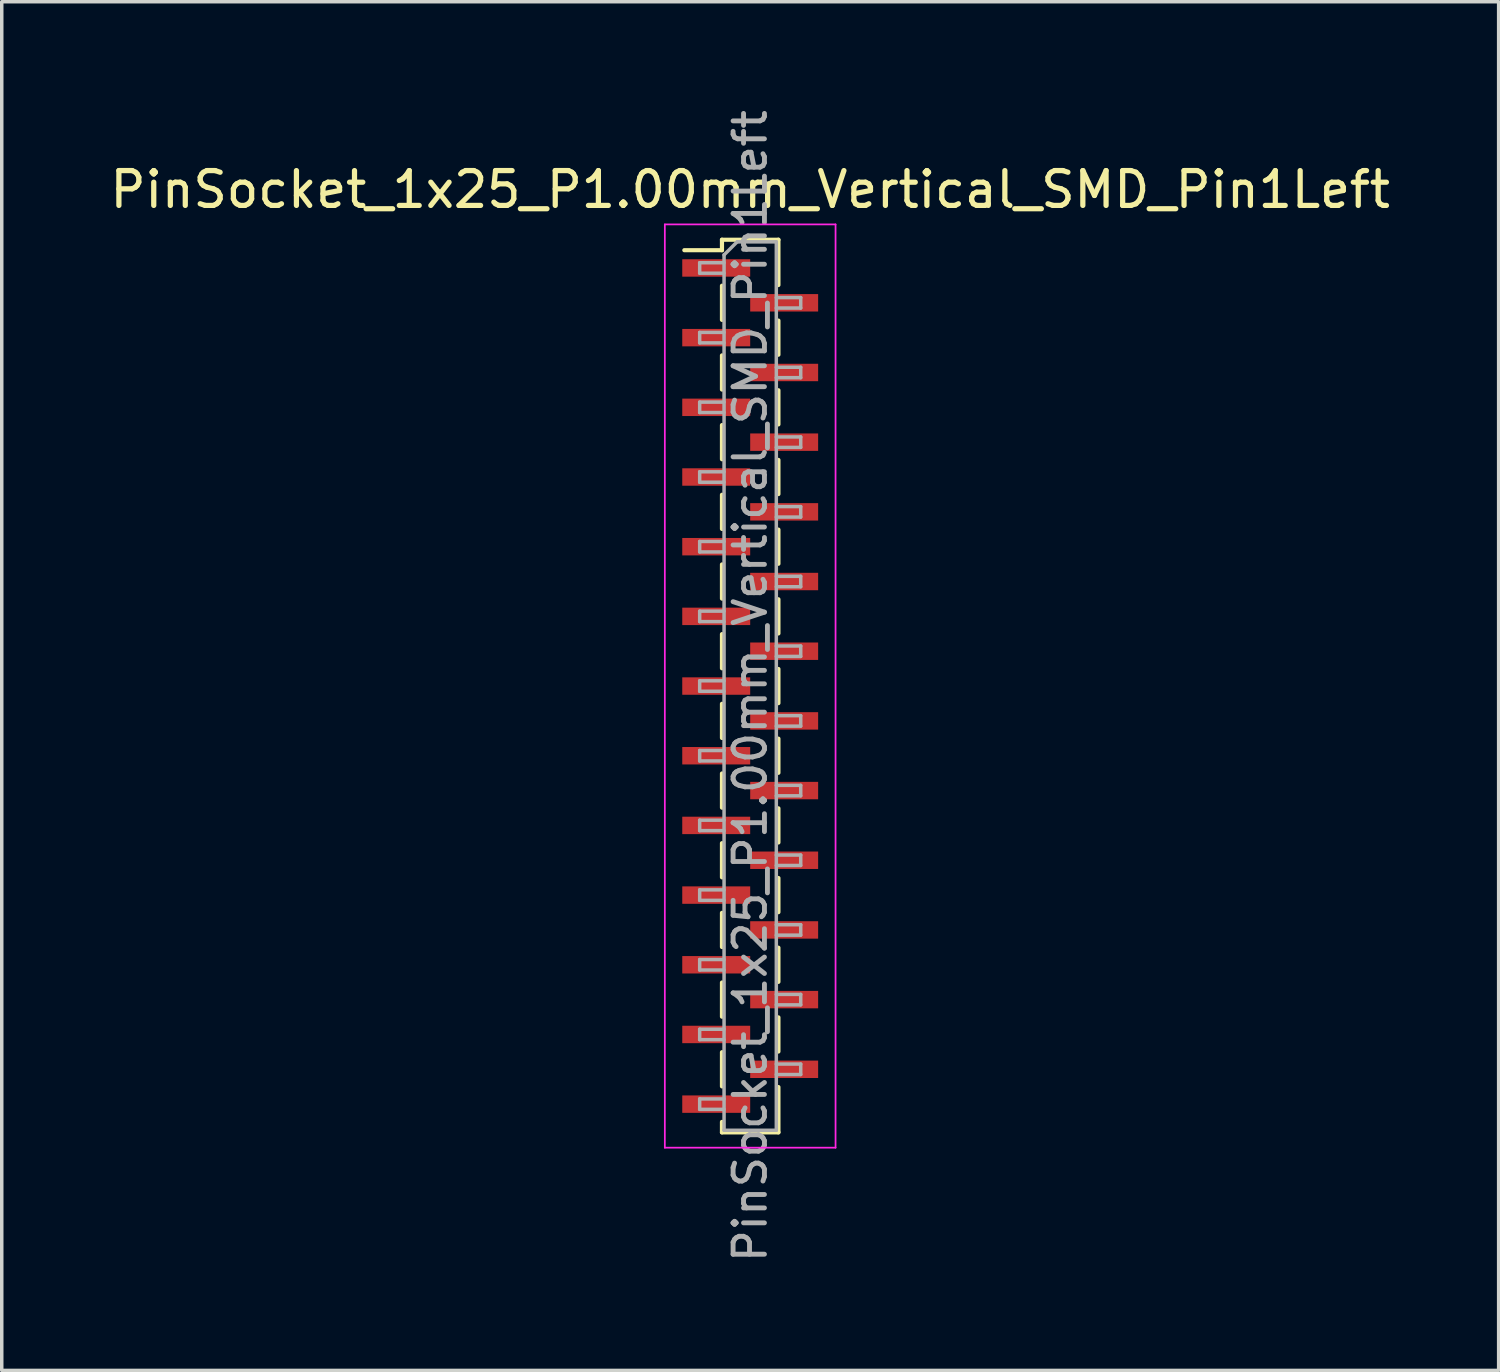
<source format=kicad_pcb>
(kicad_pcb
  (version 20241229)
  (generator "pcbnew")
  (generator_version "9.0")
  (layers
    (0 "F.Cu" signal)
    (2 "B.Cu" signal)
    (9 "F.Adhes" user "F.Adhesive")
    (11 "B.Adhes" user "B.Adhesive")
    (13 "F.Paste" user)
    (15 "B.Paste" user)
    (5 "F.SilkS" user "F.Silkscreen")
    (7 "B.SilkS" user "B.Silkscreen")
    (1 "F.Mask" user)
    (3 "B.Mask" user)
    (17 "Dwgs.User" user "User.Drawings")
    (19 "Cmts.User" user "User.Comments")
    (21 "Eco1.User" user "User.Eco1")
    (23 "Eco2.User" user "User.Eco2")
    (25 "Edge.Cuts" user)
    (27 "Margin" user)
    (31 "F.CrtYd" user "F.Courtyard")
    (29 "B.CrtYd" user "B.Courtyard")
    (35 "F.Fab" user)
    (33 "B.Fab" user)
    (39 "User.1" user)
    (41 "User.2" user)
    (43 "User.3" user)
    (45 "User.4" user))
  (footprint "PinSocket_1x25_P1.00mm_Vertical_SMD_Pin1Left"
    (layer "F.Cu")
    (at 18.482 16.641)
    (property "Reference" "PinSocket_1x25_P1.00mm_Vertical_SMD_Pin1Left" (at 0 -14.25 0) (layer "F.SilkS") (effects (font (size 1 1) (thickness 0.15))))
    (attr smd)
    (fp_line (start -1.89 -12.51) (end -0.81 -12.51) (stroke (width 0.12) (type solid)) (layer "F.SilkS"))
    (fp_line (start -0.81 -12.81) (end -0.81 -12.51) (stroke (width 0.12) (type solid)) (layer "F.SilkS"))
    (fp_line (start -0.81 -12.81) (end 0.81 -12.81) (stroke (width 0.12) (type solid)) (layer "F.SilkS"))
    (fp_line (start -0.81 -11.49) (end -0.81 -10.51) (stroke (width 0.12) (type solid)) (layer "F.SilkS"))
    (fp_line (start -0.81 -9.49) (end -0.81 -8.51) (stroke (width 0.12) (type solid)) (layer "F.SilkS"))
    (fp_line (start -0.81 -7.49) (end -0.81 -6.51) (stroke (width 0.12) (type solid)) (layer "F.SilkS"))
    (fp_line (start -0.81 -5.49) (end -0.81 -4.51) (stroke (width 0.12) (type solid)) (layer "F.SilkS"))
    (fp_line (start -0.81 -3.49) (end -0.81 -2.51) (stroke (width 0.12) (type solid)) (layer "F.SilkS"))
    (fp_line (start -0.81 -1.49) (end -0.81 -0.51) (stroke (width 0.12) (type solid)) (layer "F.SilkS"))
    (fp_line (start -0.81 0.51) (end -0.81 1.49) (stroke (width 0.12) (type solid)) (layer "F.SilkS"))
    (fp_line (start -0.81 2.51) (end -0.81 3.49) (stroke (width 0.12) (type solid)) (layer "F.SilkS"))
    (fp_line (start -0.81 4.51) (end -0.81 5.49) (stroke (width 0.12) (type solid)) (layer "F.SilkS"))
    (fp_line (start -0.81 6.51) (end -0.81 7.49) (stroke (width 0.12) (type solid)) (layer "F.SilkS"))
    (fp_line (start -0.81 8.51) (end -0.81 9.49) (stroke (width 0.12) (type solid)) (layer "F.SilkS"))
    (fp_line (start -0.81 10.51) (end -0.81 11.49) (stroke (width 0.12) (type solid)) (layer "F.SilkS"))
    (fp_line (start -0.81 12.51) (end -0.81 12.81) (stroke (width 0.12) (type solid)) (layer "F.SilkS"))
    (fp_line (start -0.81 12.81) (end 0.81 12.81) (stroke (width 0.12) (type solid)) (layer "F.SilkS"))
    (fp_line (start 0.81 -12.81) (end 0.81 -11.51) (stroke (width 0.12) (type solid)) (layer "F.SilkS"))
    (fp_line (start 0.81 -10.49) (end 0.81 -9.51) (stroke (width 0.12) (type solid)) (layer "F.SilkS"))
    (fp_line (start 0.81 -8.49) (end 0.81 -7.51) (stroke (width 0.12) (type solid)) (layer "F.SilkS"))
    (fp_line (start 0.81 -6.49) (end 0.81 -5.51) (stroke (width 0.12) (type solid)) (layer "F.SilkS"))
    (fp_line (start 0.81 -4.49) (end 0.81 -3.51) (stroke (width 0.12) (type solid)) (layer "F.SilkS"))
    (fp_line (start 0.81 -2.49) (end 0.81 -1.51) (stroke (width 0.12) (type solid)) (layer "F.SilkS"))
    (fp_line (start 0.81 -0.49) (end 0.81 0.49) (stroke (width 0.12) (type solid)) (layer "F.SilkS"))
    (fp_line (start 0.81 1.51) (end 0.81 2.49) (stroke (width 0.12) (type solid)) (layer "F.SilkS"))
    (fp_line (start 0.81 3.51) (end 0.81 4.49) (stroke (width 0.12) (type solid)) (layer "F.SilkS"))
    (fp_line (start 0.81 5.51) (end 0.81 6.49) (stroke (width 0.12) (type solid)) (layer "F.SilkS"))
    (fp_line (start 0.81 7.51) (end 0.81 8.49) (stroke (width 0.12) (type solid)) (layer "F.SilkS"))
    (fp_line (start 0.81 9.51) (end 0.81 10.49) (stroke (width 0.12) (type solid)) (layer "F.SilkS"))
    (fp_line (start 0.81 11.51) (end 0.81 12.81) (stroke (width 0.12) (type solid)) (layer "F.SilkS"))
    (fp_line (start -2.45 -13.25) (end 2.45 -13.25) (stroke (width 0.05) (type solid)) (layer "F.CrtYd"))
    (fp_line (start -2.45 13.25) (end -2.45 -13.25) (stroke (width 0.05) (type solid)) (layer "F.CrtYd"))
    (fp_line (start 2.45 -13.25) (end 2.45 13.25) (stroke (width 0.05) (type solid)) (layer "F.CrtYd"))
    (fp_line (start 2.45 13.25) (end -2.45 13.25) (stroke (width 0.05) (type solid)) (layer "F.CrtYd"))
    (fp_line (start -1.45 -12.15) (end -0.75 -12.15) (stroke (width 0.1) (type solid)) (layer "F.Fab"))
    (fp_line (start -1.45 -11.85) (end -1.45 -12.15) (stroke (width 0.1) (type solid)) (layer "F.Fab"))
    (fp_line (start -1.45 -10.15) (end -0.75 -10.15) (stroke (width 0.1) (type solid)) (layer "F.Fab"))
    (fp_line (start -1.45 -9.85) (end -1.45 -10.15) (stroke (width 0.1) (type solid)) (layer "F.Fab"))
    (fp_line (start -1.45 -8.15) (end -0.75 -8.15) (stroke (width 0.1) (type solid)) (layer "F.Fab"))
    (fp_line (start -1.45 -7.85) (end -1.45 -8.15) (stroke (width 0.1) (type solid)) (layer "F.Fab"))
    (fp_line (start -1.45 -6.15) (end -0.75 -6.15) (stroke (width 0.1) (type solid)) (layer "F.Fab"))
    (fp_line (start -1.45 -5.85) (end -1.45 -6.15) (stroke (width 0.1) (type solid)) (layer "F.Fab"))
    (fp_line (start -1.45 -4.15) (end -0.75 -4.15) (stroke (width 0.1) (type solid)) (layer "F.Fab"))
    (fp_line (start -1.45 -3.85) (end -1.45 -4.15) (stroke (width 0.1) (type solid)) (layer "F.Fab"))
    (fp_line (start -1.45 -2.15) (end -0.75 -2.15) (stroke (width 0.1) (type solid)) (layer "F.Fab"))
    (fp_line (start -1.45 -1.85) (end -1.45 -2.15) (stroke (width 0.1) (type solid)) (layer "F.Fab"))
    (fp_line (start -1.45 -0.15) (end -0.75 -0.15) (stroke (width 0.1) (type solid)) (layer "F.Fab"))
    (fp_line (start -1.45 0.15) (end -1.45 -0.15) (stroke (width 0.1) (type solid)) (layer "F.Fab"))
    (fp_line (start -1.45 1.85) (end -0.75 1.85) (stroke (width 0.1) (type solid)) (layer "F.Fab"))
    (fp_line (start -1.45 2.15) (end -1.45 1.85) (stroke (width 0.1) (type solid)) (layer "F.Fab"))
    (fp_line (start -1.45 3.85) (end -0.75 3.85) (stroke (width 0.1) (type solid)) (layer "F.Fab"))
    (fp_line (start -1.45 4.15) (end -1.45 3.85) (stroke (width 0.1) (type solid)) (layer "F.Fab"))
    (fp_line (start -1.45 5.85) (end -0.75 5.85) (stroke (width 0.1) (type solid)) (layer "F.Fab"))
    (fp_line (start -1.45 6.15) (end -1.45 5.85) (stroke (width 0.1) (type solid)) (layer "F.Fab"))
    (fp_line (start -1.45 7.85) (end -0.75 7.85) (stroke (width 0.1) (type solid)) (layer "F.Fab"))
    (fp_line (start -1.45 8.15) (end -1.45 7.85) (stroke (width 0.1) (type solid)) (layer "F.Fab"))
    (fp_line (start -1.45 9.85) (end -0.75 9.85) (stroke (width 0.1) (type solid)) (layer "F.Fab"))
    (fp_line (start -1.45 10.15) (end -1.45 9.85) (stroke (width 0.1) (type solid)) (layer "F.Fab"))
    (fp_line (start -1.45 11.85) (end -0.75 11.85) (stroke (width 0.1) (type solid)) (layer "F.Fab"))
    (fp_line (start -1.45 12.15) (end -1.45 11.85) (stroke (width 0.1) (type solid)) (layer "F.Fab"))
    (fp_line (start -0.75 -12.375) (end -0.375 -12.75) (stroke (width 0.1) (type solid)) (layer "F.Fab"))
    (fp_line (start -0.75 -11.85) (end -1.45 -11.85) (stroke (width 0.1) (type solid)) (layer "F.Fab"))
    (fp_line (start -0.75 -9.85) (end -1.45 -9.85) (stroke (width 0.1) (type solid)) (layer "F.Fab"))
    (fp_line (start -0.75 -7.85) (end -1.45 -7.85) (stroke (width 0.1) (type solid)) (layer "F.Fab"))
    (fp_line (start -0.75 -5.85) (end -1.45 -5.85) (stroke (width 0.1) (type solid)) (layer "F.Fab"))
    (fp_line (start -0.75 -3.85) (end -1.45 -3.85) (stroke (width 0.1) (type solid)) (layer "F.Fab"))
    (fp_line (start -0.75 -1.85) (end -1.45 -1.85) (stroke (width 0.1) (type solid)) (layer "F.Fab"))
    (fp_line (start -0.75 0.15) (end -1.45 0.15) (stroke (width 0.1) (type solid)) (layer "F.Fab"))
    (fp_line (start -0.75 2.15) (end -1.45 2.15) (stroke (width 0.1) (type solid)) (layer "F.Fab"))
    (fp_line (start -0.75 4.15) (end -1.45 4.15) (stroke (width 0.1) (type solid)) (layer "F.Fab"))
    (fp_line (start -0.75 6.15) (end -1.45 6.15) (stroke (width 0.1) (type solid)) (layer "F.Fab"))
    (fp_line (start -0.75 8.15) (end -1.45 8.15) (stroke (width 0.1) (type solid)) (layer "F.Fab"))
    (fp_line (start -0.75 10.15) (end -1.45 10.15) (stroke (width 0.1) (type solid)) (layer "F.Fab"))
    (fp_line (start -0.75 12.15) (end -1.45 12.15) (stroke (width 0.1) (type solid)) (layer "F.Fab"))
    (fp_line (start -0.75 12.75) (end -0.75 -12.375) (stroke (width 0.1) (type solid)) (layer "F.Fab"))
    (fp_line (start -0.375 -12.75) (end 0.75 -12.75) (stroke (width 0.1) (type solid)) (layer "F.Fab"))
    (fp_line (start 0.75 -12.75) (end 0.75 12.75) (stroke (width 0.1) (type solid)) (layer "F.Fab"))
    (fp_line (start 0.75 -11.15) (end 1.45 -11.15) (stroke (width 0.1) (type solid)) (layer "F.Fab"))
    (fp_line (start 0.75 -9.15) (end 1.45 -9.15) (stroke (width 0.1) (type solid)) (layer "F.Fab"))
    (fp_line (start 0.75 -7.15) (end 1.45 -7.15) (stroke (width 0.1) (type solid)) (layer "F.Fab"))
    (fp_line (start 0.75 -5.15) (end 1.45 -5.15) (stroke (width 0.1) (type solid)) (layer "F.Fab"))
    (fp_line (start 0.75 -3.15) (end 1.45 -3.15) (stroke (width 0.1) (type solid)) (layer "F.Fab"))
    (fp_line (start 0.75 -1.15) (end 1.45 -1.15) (stroke (width 0.1) (type solid)) (layer "F.Fab"))
    (fp_line (start 0.75 0.85) (end 1.45 0.85) (stroke (width 0.1) (type solid)) (layer "F.Fab"))
    (fp_line (start 0.75 2.85) (end 1.45 2.85) (stroke (width 0.1) (type solid)) (layer "F.Fab"))
    (fp_line (start 0.75 4.85) (end 1.45 4.85) (stroke (width 0.1) (type solid)) (layer "F.Fab"))
    (fp_line (start 0.75 6.85) (end 1.45 6.85) (stroke (width 0.1) (type solid)) (layer "F.Fab"))
    (fp_line (start 0.75 8.85) (end 1.45 8.85) (stroke (width 0.1) (type solid)) (layer "F.Fab"))
    (fp_line (start 0.75 10.85) (end 1.45 10.85) (stroke (width 0.1) (type solid)) (layer "F.Fab"))
    (fp_line (start 0.75 12.75) (end -0.75 12.75) (stroke (width 0.1) (type solid)) (layer "F.Fab"))
    (fp_line (start 1.45 -11.15) (end 1.45 -10.85) (stroke (width 0.1) (type solid)) (layer "F.Fab"))
    (fp_line (start 1.45 -10.85) (end 0.75 -10.85) (stroke (width 0.1) (type solid)) (layer "F.Fab"))
    (fp_line (start 1.45 -9.15) (end 1.45 -8.85) (stroke (width 0.1) (type solid)) (layer "F.Fab"))
    (fp_line (start 1.45 -8.85) (end 0.75 -8.85) (stroke (width 0.1) (type solid)) (layer "F.Fab"))
    (fp_line (start 1.45 -7.15) (end 1.45 -6.85) (stroke (width 0.1) (type solid)) (layer "F.Fab"))
    (fp_line (start 1.45 -6.85) (end 0.75 -6.85) (stroke (width 0.1) (type solid)) (layer "F.Fab"))
    (fp_line (start 1.45 -5.15) (end 1.45 -4.85) (stroke (width 0.1) (type solid)) (layer "F.Fab"))
    (fp_line (start 1.45 -4.85) (end 0.75 -4.85) (stroke (width 0.1) (type solid)) (layer "F.Fab"))
    (fp_line (start 1.45 -3.15) (end 1.45 -2.85) (stroke (width 0.1) (type solid)) (layer "F.Fab"))
    (fp_line (start 1.45 -2.85) (end 0.75 -2.85) (stroke (width 0.1) (type solid)) (layer "F.Fab"))
    (fp_line (start 1.45 -1.15) (end 1.45 -0.85) (stroke (width 0.1) (type solid)) (layer "F.Fab"))
    (fp_line (start 1.45 -0.85) (end 0.75 -0.85) (stroke (width 0.1) (type solid)) (layer "F.Fab"))
    (fp_line (start 1.45 0.85) (end 1.45 1.15) (stroke (width 0.1) (type solid)) (layer "F.Fab"))
    (fp_line (start 1.45 1.15) (end 0.75 1.15) (stroke (width 0.1) (type solid)) (layer "F.Fab"))
    (fp_line (start 1.45 2.85) (end 1.45 3.15) (stroke (width 0.1) (type solid)) (layer "F.Fab"))
    (fp_line (start 1.45 3.15) (end 0.75 3.15) (stroke (width 0.1) (type solid)) (layer "F.Fab"))
    (fp_line (start 1.45 4.85) (end 1.45 5.15) (stroke (width 0.1) (type solid)) (layer "F.Fab"))
    (fp_line (start 1.45 5.15) (end 0.75 5.15) (stroke (width 0.1) (type solid)) (layer "F.Fab"))
    (fp_line (start 1.45 6.85) (end 1.45 7.15) (stroke (width 0.1) (type solid)) (layer "F.Fab"))
    (fp_line (start 1.45 7.15) (end 0.75 7.15) (stroke (width 0.1) (type solid)) (layer "F.Fab"))
    (fp_line (start 1.45 8.85) (end 1.45 9.15) (stroke (width 0.1) (type solid)) (layer "F.Fab"))
    (fp_line (start 1.45 9.15) (end 0.75 9.15) (stroke (width 0.1) (type solid)) (layer "F.Fab"))
    (fp_line (start 1.45 10.85) (end 1.45 11.15) (stroke (width 0.1) (type solid)) (layer "F.Fab"))
    (fp_line (start 1.45 11.15) (end 0.75 11.15) (stroke (width 0.1) (type solid)) (layer "F.Fab"))
    (fp_text user "${REFERENCE}" (at 0 0 90) (layer "F.Fab") (effects (font (size 0.9 0.9) (thickness 0.14))))
    (pad "1" smd rect (at -0.975 -12) (size 1.95 0.5) (layers "F.Cu" "F.Mask" "F.Paste"))
    (pad "2" smd rect (at 0.975 -11) (size 1.95 0.5) (layers "F.Cu" "F.Mask" "F.Paste"))
    (pad "3" smd rect (at -0.975 -10) (size 1.95 0.5) (layers "F.Cu" "F.Mask" "F.Paste"))
    (pad "4" smd rect (at 0.975 -9) (size 1.95 0.5) (layers "F.Cu" "F.Mask" "F.Paste"))
    (pad "5" smd rect (at -0.975 -8) (size 1.95 0.5) (layers "F.Cu" "F.Mask" "F.Paste"))
    (pad "6" smd rect (at 0.975 -7) (size 1.95 0.5) (layers "F.Cu" "F.Mask" "F.Paste"))
    (pad "7" smd rect (at -0.975 -6) (size 1.95 0.5) (layers "F.Cu" "F.Mask" "F.Paste"))
    (pad "8" smd rect (at 0.975 -5) (size 1.95 0.5) (layers "F.Cu" "F.Mask" "F.Paste"))
    (pad "9" smd rect (at -0.975 -4) (size 1.95 0.5) (layers "F.Cu" "F.Mask" "F.Paste"))
    (pad "10" smd rect (at 0.975 -3) (size 1.95 0.5) (layers "F.Cu" "F.Mask" "F.Paste"))
    (pad "11" smd rect (at -0.975 -2) (size 1.95 0.5) (layers "F.Cu" "F.Mask" "F.Paste"))
    (pad "12" smd rect (at 0.975 -1) (size 1.95 0.5) (layers "F.Cu" "F.Mask" "F.Paste"))
    (pad "13" smd rect (at -0.975 0) (size 1.95 0.5) (layers "F.Cu" "F.Mask" "F.Paste"))
    (pad "14" smd rect (at 0.975 1) (size 1.95 0.5) (layers "F.Cu" "F.Mask" "F.Paste"))
    (pad "15" smd rect (at -0.975 2) (size 1.95 0.5) (layers "F.Cu" "F.Mask" "F.Paste"))
    (pad "16" smd rect (at 0.975 3) (size 1.95 0.5) (layers "F.Cu" "F.Mask" "F.Paste"))
    (pad "17" smd rect (at -0.975 4) (size 1.95 0.5) (layers "F.Cu" "F.Mask" "F.Paste"))
    (pad "18" smd rect (at 0.975 5) (size 1.95 0.5) (layers "F.Cu" "F.Mask" "F.Paste"))
    (pad "19" smd rect (at -0.975 6) (size 1.95 0.5) (layers "F.Cu" "F.Mask" "F.Paste"))
    (pad "20" smd rect (at 0.975 7) (size 1.95 0.5) (layers "F.Cu" "F.Mask" "F.Paste"))
    (pad "21" smd rect (at -0.975 8) (size 1.95 0.5) (layers "F.Cu" "F.Mask" "F.Paste"))
    (pad "22" smd rect (at 0.975 9) (size 1.95 0.5) (layers "F.Cu" "F.Mask" "F.Paste"))
    (pad "23" smd rect (at -0.975 10) (size 1.95 0.5) (layers "F.Cu" "F.Mask" "F.Paste"))
    (pad "24" smd rect (at 0.975 11) (size 1.95 0.5) (layers "F.Cu" "F.Mask" "F.Paste"))
    (pad "25" smd rect (at -0.975 12) (size 1.95 0.5) (layers "F.Cu" "F.Mask" "F.Paste")))
  (gr_rect
    (start -3 -3)
    (end 39.964 36.283)
    (stroke (width 0.1) (type default))
    (fill no)
    (layer "Edge.Cuts")))
</source>
